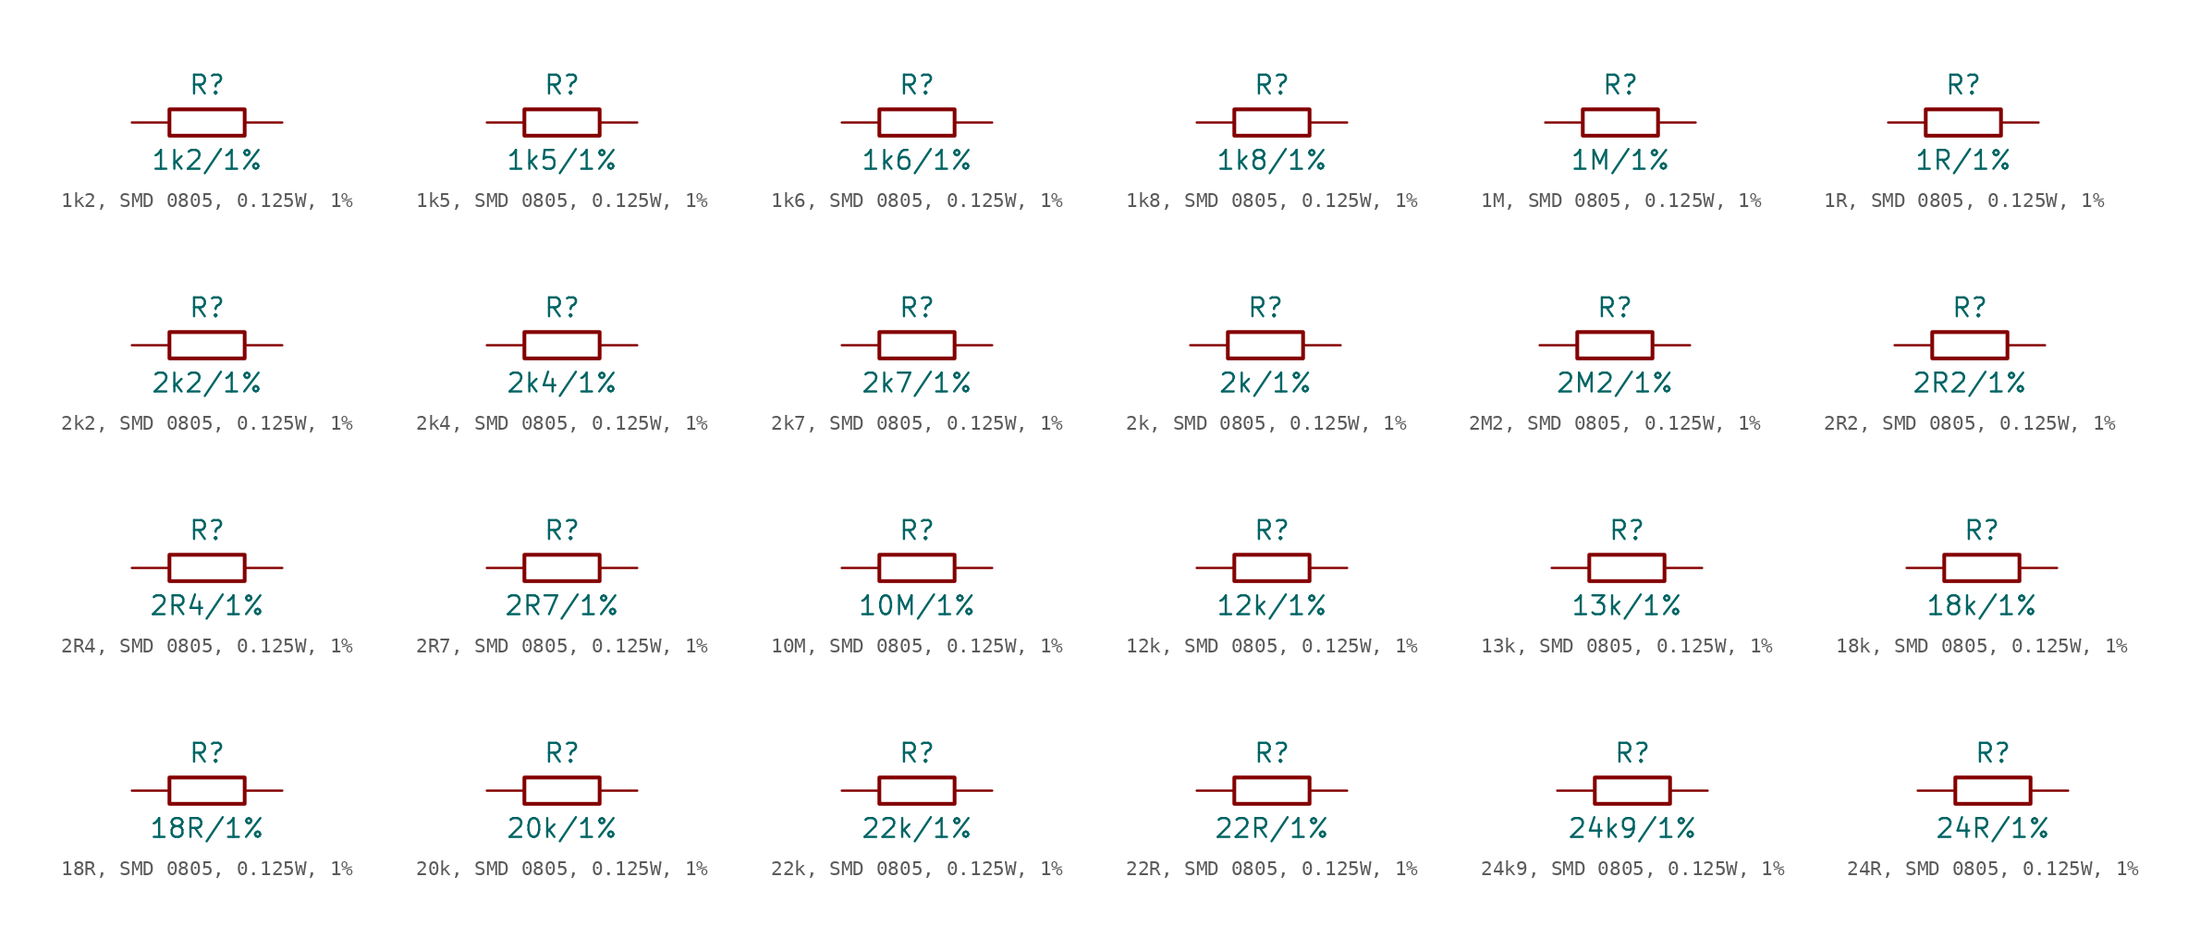
<source format=kicad_sym>
(kicad_symbol_lib
  (version 20241209)
  (generator "kicad_symbol_editor")
  (generator_version "9.0")
  (symbol "1k2, SMD 0805, 0.125W, 1%"
    (pin_numbers
      (hide yes))
    (pin_names
      (offset 0)
      (hide yes))
    (property "Reference" "R"
      (at 0 2.54 0)
      (effects (font (size 1.27 1.27))))
    (property "Value" "1k2/1%"
      (at 0 -2.54 0)
      (effects (font (size 1.27 1.27))))
    (symbol "1k2, SMD 0805, 0.125W, 1%_0_1"
      (rectangle (start -2.54 0.889) (end 2.54 -0.889) (stroke (width 0.254) (type default)) (fill (type none))))
    (symbol "1k2, SMD 0805, 0.125W, 1%_1_1"
      (pin passive line (at -5.08 0 0) (length 2.54) (name "1" (effects (font (size 1.27 1.27)))) (number "1" (effects (font (size 1.27 1.27)))))
      (pin passive line (at 5.08 0 180) (length 2.54) (name "2" (effects (font (size 1.27 1.27)))) (number "2" (effects (font (size 1.27 1.27)))))))
  (symbol "1k5, SMD 0805, 0.125W, 1%"
    (pin_numbers
      (hide yes))
    (pin_names
      (offset 0)
      (hide yes))
    (property "Reference" "R"
      (at 0 2.54 0)
      (effects (font (size 1.27 1.27))))
    (property "Value" "1k5/1%"
      (at 0 -2.54 0)
      (effects (font (size 1.27 1.27))))
    (symbol "1k5, SMD 0805, 0.125W, 1%_0_1"
      (rectangle (start -2.54 0.889) (end 2.54 -0.889) (stroke (width 0.254) (type default)) (fill (type none))))
    (symbol "1k5, SMD 0805, 0.125W, 1%_1_1"
      (pin passive line (at -5.08 0 0) (length 2.54) (name "1" (effects (font (size 1.27 1.27)))) (number "1" (effects (font (size 1.27 1.27)))))
      (pin passive line (at 5.08 0 180) (length 2.54) (name "2" (effects (font (size 1.27 1.27)))) (number "2" (effects (font (size 1.27 1.27)))))))
  (symbol "1k6, SMD 0805, 0.125W, 1%"
    (pin_numbers
      (hide yes))
    (pin_names
      (offset 0)
      (hide yes))
    (property "Reference" "R"
      (at 0 2.54 0)
      (effects (font (size 1.27 1.27))))
    (property "Value" "1k6/1%"
      (at 0 -2.54 0)
      (effects (font (size 1.27 1.27))))
    (symbol "1k6, SMD 0805, 0.125W, 1%_0_1"
      (rectangle (start -2.54 0.889) (end 2.54 -0.889) (stroke (width 0.254) (type default)) (fill (type none))))
    (symbol "1k6, SMD 0805, 0.125W, 1%_1_1"
      (pin passive line (at -5.08 0 0) (length 2.54) (name "1" (effects (font (size 1.27 1.27)))) (number "1" (effects (font (size 1.27 1.27)))))
      (pin passive line (at 5.08 0 180) (length 2.54) (name "2" (effects (font (size 1.27 1.27)))) (number "2" (effects (font (size 1.27 1.27)))))))
  (symbol "1k8, SMD 0805, 0.125W, 1%"
    (pin_numbers
      (hide yes))
    (pin_names
      (offset 0)
      (hide yes))
    (property "Reference" "R"
      (at 0 2.54 0)
      (effects (font (size 1.27 1.27))))
    (property "Value" "1k8/1%"
      (at 0 -2.54 0)
      (effects (font (size 1.27 1.27))))
    (symbol "1k8, SMD 0805, 0.125W, 1%_0_1"
      (rectangle (start -2.54 0.889) (end 2.54 -0.889) (stroke (width 0.254) (type default)) (fill (type none))))
    (symbol "1k8, SMD 0805, 0.125W, 1%_1_1"
      (pin passive line (at -5.08 0 0) (length 2.54) (name "1" (effects (font (size 1.27 1.27)))) (number "1" (effects (font (size 1.27 1.27)))))
      (pin passive line (at 5.08 0 180) (length 2.54) (name "2" (effects (font (size 1.27 1.27)))) (number "2" (effects (font (size 1.27 1.27)))))))
  (symbol "1M, SMD 0805, 0.125W, 1%"
    (pin_numbers
      (hide yes))
    (pin_names
      (offset 0)
      (hide yes))
    (property "Reference" "R"
      (at 0 2.54 0)
      (effects (font (size 1.27 1.27))))
    (property "Value" "1M/1%"
      (at 0 -2.54 0)
      (effects (font (size 1.27 1.27))))
    (symbol "1M, SMD 0805, 0.125W, 1%_0_1"
      (rectangle (start -2.54 0.889) (end 2.54 -0.889) (stroke (width 0.254) (type default)) (fill (type none))))
    (symbol "1M, SMD 0805, 0.125W, 1%_1_1"
      (pin passive line (at -5.08 0 0) (length 2.54) (name "1" (effects (font (size 1.27 1.27)))) (number "1" (effects (font (size 1.27 1.27)))))
      (pin passive line (at 5.08 0 180) (length 2.54) (name "2" (effects (font (size 1.27 1.27)))) (number "2" (effects (font (size 1.27 1.27)))))))
  (symbol "1R, SMD 0805, 0.125W, 1%"
    (pin_numbers
      (hide yes))
    (pin_names
      (offset 0)
      (hide yes))
    (property "Reference" "R"
      (at 0 2.54 0)
      (effects (font (size 1.27 1.27))))
    (property "Value" "1R/1%"
      (at 0 -2.54 0)
      (effects (font (size 1.27 1.27))))
    (symbol "1R, SMD 0805, 0.125W, 1%_0_1"
      (rectangle (start -2.54 0.889) (end 2.54 -0.889) (stroke (width 0.254) (type default)) (fill (type none))))
    (symbol "1R, SMD 0805, 0.125W, 1%_1_1"
      (pin passive line (at -5.08 0 0) (length 2.54) (name "1" (effects (font (size 1.27 1.27)))) (number "1" (effects (font (size 1.27 1.27)))))
      (pin passive line (at 5.08 0 180) (length 2.54) (name "2" (effects (font (size 1.27 1.27)))) (number "2" (effects (font (size 1.27 1.27)))))))
  (symbol "2k2, SMD 0805, 0.125W, 1%"
    (pin_numbers
      (hide yes))
    (pin_names
      (offset 0)
      (hide yes))
    (property "Reference" "R"
      (at 0 2.54 0)
      (effects (font (size 1.27 1.27))))
    (property "Value" "2k2/1%"
      (at 0 -2.54 0)
      (effects (font (size 1.27 1.27))))
    (symbol "2k2, SMD 0805, 0.125W, 1%_0_1"
      (rectangle (start -2.54 0.889) (end 2.54 -0.889) (stroke (width 0.254) (type default)) (fill (type none))))
    (symbol "2k2, SMD 0805, 0.125W, 1%_1_1"
      (pin passive line (at -5.08 0 0) (length 2.54) (name "1" (effects (font (size 1.27 1.27)))) (number "1" (effects (font (size 1.27 1.27)))))
      (pin passive line (at 5.08 0 180) (length 2.54) (name "2" (effects (font (size 1.27 1.27)))) (number "2" (effects (font (size 1.27 1.27)))))))
  (symbol "2k4, SMD 0805, 0.125W, 1%"
    (pin_numbers
      (hide yes))
    (pin_names
      (offset 0)
      (hide yes))
    (property "Reference" "R"
      (at 0 2.54 0)
      (effects (font (size 1.27 1.27))))
    (property "Value" "2k4/1%"
      (at 0 -2.54 0)
      (effects (font (size 1.27 1.27))))
    (symbol "2k4, SMD 0805, 0.125W, 1%_0_1"
      (rectangle (start -2.54 0.889) (end 2.54 -0.889) (stroke (width 0.254) (type default)) (fill (type none))))
    (symbol "2k4, SMD 0805, 0.125W, 1%_1_1"
      (pin passive line (at -5.08 0 0) (length 2.54) (name "1" (effects (font (size 1.27 1.27)))) (number "1" (effects (font (size 1.27 1.27)))))
      (pin passive line (at 5.08 0 180) (length 2.54) (name "2" (effects (font (size 1.27 1.27)))) (number "2" (effects (font (size 1.27 1.27)))))))
  (symbol "2k7, SMD 0805, 0.125W, 1%"
    (pin_numbers
      (hide yes))
    (pin_names
      (offset 0)
      (hide yes))
    (property "Reference" "R"
      (at 0 2.54 0)
      (effects (font (size 1.27 1.27))))
    (property "Value" "2k7/1%"
      (at 0 -2.54 0)
      (effects (font (size 1.27 1.27))))
    (symbol "2k7, SMD 0805, 0.125W, 1%_0_1"
      (rectangle (start -2.54 0.889) (end 2.54 -0.889) (stroke (width 0.254) (type default)) (fill (type none))))
    (symbol "2k7, SMD 0805, 0.125W, 1%_1_1"
      (pin passive line (at -5.08 0 0) (length 2.54) (name "1" (effects (font (size 1.27 1.27)))) (number "1" (effects (font (size 1.27 1.27)))))
      (pin passive line (at 5.08 0 180) (length 2.54) (name "2" (effects (font (size 1.27 1.27)))) (number "2" (effects (font (size 1.27 1.27)))))))
  (symbol "2k, SMD 0805, 0.125W, 1%"
    (pin_numbers
      (hide yes))
    (pin_names
      (offset 0)
      (hide yes))
    (property "Reference" "R"
      (at 0 2.54 0)
      (effects (font (size 1.27 1.27))))
    (property "Value" "2k/1%"
      (at 0 -2.54 0)
      (effects (font (size 1.27 1.27))))
    (symbol "2k, SMD 0805, 0.125W, 1%_0_1"
      (rectangle (start -2.54 0.889) (end 2.54 -0.889) (stroke (width 0.254) (type default)) (fill (type none))))
    (symbol "2k, SMD 0805, 0.125W, 1%_1_1"
      (pin passive line (at -5.08 0 0) (length 2.54) (name "1" (effects (font (size 1.27 1.27)))) (number "1" (effects (font (size 1.27 1.27)))))
      (pin passive line (at 5.08 0 180) (length 2.54) (name "2" (effects (font (size 1.27 1.27)))) (number "2" (effects (font (size 1.27 1.27)))))))
  (symbol "2M2, SMD 0805, 0.125W, 1%"
    (pin_numbers
      (hide yes))
    (pin_names
      (offset 0)
      (hide yes))
    (property "Reference" "R"
      (at 0 2.54 0)
      (effects (font (size 1.27 1.27))))
    (property "Value" "2M2/1%"
      (at 0 -2.54 0)
      (effects (font (size 1.27 1.27))))
    (symbol "2M2, SMD 0805, 0.125W, 1%_0_1"
      (rectangle (start -2.54 0.889) (end 2.54 -0.889) (stroke (width 0.254) (type default)) (fill (type none))))
    (symbol "2M2, SMD 0805, 0.125W, 1%_1_1"
      (pin passive line (at -5.08 0 0) (length 2.54) (name "1" (effects (font (size 1.27 1.27)))) (number "1" (effects (font (size 1.27 1.27)))))
      (pin passive line (at 5.08 0 180) (length 2.54) (name "2" (effects (font (size 1.27 1.27)))) (number "2" (effects (font (size 1.27 1.27)))))))
  (symbol "2R2, SMD 0805, 0.125W, 1%"
    (pin_numbers
      (hide yes))
    (pin_names
      (offset 0)
      (hide yes))
    (property "Reference" "R"
      (at 0 2.54 0)
      (effects (font (size 1.27 1.27))))
    (property "Value" "2R2/1%"
      (at 0 -2.54 0)
      (effects (font (size 1.27 1.27))))
    (symbol "2R2, SMD 0805, 0.125W, 1%_0_1"
      (rectangle (start -2.54 0.889) (end 2.54 -0.889) (stroke (width 0.254) (type default)) (fill (type none))))
    (symbol "2R2, SMD 0805, 0.125W, 1%_1_1"
      (pin passive line (at -5.08 0 0) (length 2.54) (name "1" (effects (font (size 1.27 1.27)))) (number "1" (effects (font (size 1.27 1.27)))))
      (pin passive line (at 5.08 0 180) (length 2.54) (name "2" (effects (font (size 1.27 1.27)))) (number "2" (effects (font (size 1.27 1.27)))))))
  (symbol "2R4, SMD 0805, 0.125W, 1%"
    (pin_numbers
      (hide yes))
    (pin_names
      (offset 0)
      (hide yes))
    (property "Reference" "R"
      (at 0 2.54 0)
      (effects (font (size 1.27 1.27))))
    (property "Value" "2R4/1%"
      (at 0 -2.54 0)
      (effects (font (size 1.27 1.27))))
    (symbol "2R4, SMD 0805, 0.125W, 1%_0_1"
      (rectangle (start -2.54 0.889) (end 2.54 -0.889) (stroke (width 0.254) (type default)) (fill (type none))))
    (symbol "2R4, SMD 0805, 0.125W, 1%_1_1"
      (pin passive line (at -5.08 0 0) (length 2.54) (name "1" (effects (font (size 1.27 1.27)))) (number "1" (effects (font (size 1.27 1.27)))))
      (pin passive line (at 5.08 0 180) (length 2.54) (name "2" (effects (font (size 1.27 1.27)))) (number "2" (effects (font (size 1.27 1.27)))))))
  (symbol "2R7, SMD 0805, 0.125W, 1%"
    (pin_numbers
      (hide yes))
    (pin_names
      (offset 0)
      (hide yes))
    (property "Reference" "R"
      (at 0 2.54 0)
      (effects (font (size 1.27 1.27))))
    (property "Value" "2R7/1%"
      (at 0 -2.54 0)
      (effects (font (size 1.27 1.27))))
    (symbol "2R7, SMD 0805, 0.125W, 1%_0_1"
      (rectangle (start -2.54 0.889) (end 2.54 -0.889) (stroke (width 0.254) (type default)) (fill (type none))))
    (symbol "2R7, SMD 0805, 0.125W, 1%_1_1"
      (pin passive line (at -5.08 0 0) (length 2.54) (name "1" (effects (font (size 1.27 1.27)))) (number "1" (effects (font (size 1.27 1.27)))))
      (pin passive line (at 5.08 0 180) (length 2.54) (name "2" (effects (font (size 1.27 1.27)))) (number "2" (effects (font (size 1.27 1.27)))))))
  (symbol "10M, SMD 0805, 0.125W, 1%"
    (pin_numbers
      (hide yes))
    (pin_names
      (offset 0)
      (hide yes))
    (property "Reference" "R"
      (at 0 2.54 0)
      (effects (font (size 1.27 1.27))))
    (property "Value" "10M/1%"
      (at 0 -2.54 0)
      (effects (font (size 1.27 1.27))))
    (symbol "10M, SMD 0805, 0.125W, 1%_0_1"
      (rectangle (start -2.54 0.889) (end 2.54 -0.889) (stroke (width 0.254) (type default)) (fill (type none))))
    (symbol "10M, SMD 0805, 0.125W, 1%_1_1"
      (pin passive line (at -5.08 0 0) (length 2.54) (name "1" (effects (font (size 1.27 1.27)))) (number "1" (effects (font (size 1.27 1.27)))))
      (pin passive line (at 5.08 0 180) (length 2.54) (name "2" (effects (font (size 1.27 1.27)))) (number "2" (effects (font (size 1.27 1.27)))))))
  (symbol "12k, SMD 0805, 0.125W, 1%"
    (pin_numbers
      (hide yes))
    (pin_names
      (offset 0)
      (hide yes))
    (property "Reference" "R"
      (at 0 2.54 0)
      (effects (font (size 1.27 1.27))))
    (property "Value" "12k/1%"
      (at 0 -2.54 0)
      (effects (font (size 1.27 1.27))))
    (symbol "12k, SMD 0805, 0.125W, 1%_0_1"
      (rectangle (start -2.54 0.889) (end 2.54 -0.889) (stroke (width 0.254) (type default)) (fill (type none))))
    (symbol "12k, SMD 0805, 0.125W, 1%_1_1"
      (pin passive line (at -5.08 0 0) (length 2.54) (name "1" (effects (font (size 1.27 1.27)))) (number "1" (effects (font (size 1.27 1.27)))))
      (pin passive line (at 5.08 0 180) (length 2.54) (name "2" (effects (font (size 1.27 1.27)))) (number "2" (effects (font (size 1.27 1.27)))))))
  (symbol "13k, SMD 0805, 0.125W, 1%"
    (pin_numbers
      (hide yes))
    (pin_names
      (offset 0)
      (hide yes))
    (property "Reference" "R"
      (at 0 2.54 0)
      (effects (font (size 1.27 1.27))))
    (property "Value" "13k/1%"
      (at 0 -2.54 0)
      (effects (font (size 1.27 1.27))))
    (symbol "13k, SMD 0805, 0.125W, 1%_0_1"
      (rectangle (start -2.54 0.889) (end 2.54 -0.889) (stroke (width 0.254) (type default)) (fill (type none))))
    (symbol "13k, SMD 0805, 0.125W, 1%_1_1"
      (pin passive line (at -5.08 0 0) (length 2.54) (name "1" (effects (font (size 1.27 1.27)))) (number "1" (effects (font (size 1.27 1.27)))))
      (pin passive line (at 5.08 0 180) (length 2.54) (name "2" (effects (font (size 1.27 1.27)))) (number "2" (effects (font (size 1.27 1.27)))))))
  (symbol "18k, SMD 0805, 0.125W, 1%"
    (pin_numbers
      (hide yes))
    (pin_names
      (offset 0)
      (hide yes))
    (property "Reference" "R"
      (at 0 2.54 0)
      (effects (font (size 1.27 1.27))))
    (property "Value" "18k/1%"
      (at 0 -2.54 0)
      (effects (font (size 1.27 1.27))))
    (symbol "18k, SMD 0805, 0.125W, 1%_0_1"
      (rectangle (start -2.54 0.889) (end 2.54 -0.889) (stroke (width 0.254) (type default)) (fill (type none))))
    (symbol "18k, SMD 0805, 0.125W, 1%_1_1"
      (pin passive line (at -5.08 0 0) (length 2.54) (name "1" (effects (font (size 1.27 1.27)))) (number "1" (effects (font (size 1.27 1.27)))))
      (pin passive line (at 5.08 0 180) (length 2.54) (name "2" (effects (font (size 1.27 1.27)))) (number "2" (effects (font (size 1.27 1.27)))))))
  (symbol "18R, SMD 0805, 0.125W, 1%"
    (pin_numbers
      (hide yes))
    (pin_names
      (offset 0)
      (hide yes))
    (property "Reference" "R"
      (at 0 2.54 0)
      (effects (font (size 1.27 1.27))))
    (property "Value" "18R/1%"
      (at 0 -2.54 0)
      (effects (font (size 1.27 1.27))))
    (symbol "18R, SMD 0805, 0.125W, 1%_0_1"
      (rectangle (start -2.54 0.889) (end 2.54 -0.889) (stroke (width 0.254) (type default)) (fill (type none))))
    (symbol "18R, SMD 0805, 0.125W, 1%_1_1"
      (pin passive line (at -5.08 0 0) (length 2.54) (name "1" (effects (font (size 1.27 1.27)))) (number "1" (effects (font (size 1.27 1.27)))))
      (pin passive line (at 5.08 0 180) (length 2.54) (name "2" (effects (font (size 1.27 1.27)))) (number "2" (effects (font (size 1.27 1.27)))))))
  (symbol "20k, SMD 0805, 0.125W, 1%"
    (pin_numbers
      (hide yes))
    (pin_names
      (offset 0)
      (hide yes))
    (property "Reference" "R"
      (at 0 2.54 0)
      (effects (font (size 1.27 1.27))))
    (property "Value" "20k/1%"
      (at 0 -2.54 0)
      (effects (font (size 1.27 1.27))))
    (symbol "20k, SMD 0805, 0.125W, 1%_0_1"
      (rectangle (start -2.54 0.889) (end 2.54 -0.889) (stroke (width 0.254) (type default)) (fill (type none))))
    (symbol "20k, SMD 0805, 0.125W, 1%_1_1"
      (pin passive line (at -5.08 0 0) (length 2.54) (name "1" (effects (font (size 1.27 1.27)))) (number "1" (effects (font (size 1.27 1.27)))))
      (pin passive line (at 5.08 0 180) (length 2.54) (name "2" (effects (font (size 1.27 1.27)))) (number "2" (effects (font (size 1.27 1.27)))))))
  (symbol "22k, SMD 0805, 0.125W, 1%"
    (pin_numbers
      (hide yes))
    (pin_names
      (offset 0)
      (hide yes))
    (property "Reference" "R"
      (at 0 2.54 0)
      (effects (font (size 1.27 1.27))))
    (property "Value" "22k/1%"
      (at 0 -2.54 0)
      (effects (font (size 1.27 1.27))))
    (symbol "22k, SMD 0805, 0.125W, 1%_0_1"
      (rectangle (start -2.54 0.889) (end 2.54 -0.889) (stroke (width 0.254) (type default)) (fill (type none))))
    (symbol "22k, SMD 0805, 0.125W, 1%_1_1"
      (pin passive line (at -5.08 0 0) (length 2.54) (name "1" (effects (font (size 1.27 1.27)))) (number "1" (effects (font (size 1.27 1.27)))))
      (pin passive line (at 5.08 0 180) (length 2.54) (name "2" (effects (font (size 1.27 1.27)))) (number "2" (effects (font (size 1.27 1.27)))))))
  (symbol "22R, SMD 0805, 0.125W, 1%"
    (pin_numbers
      (hide yes))
    (pin_names
      (offset 0)
      (hide yes))
    (property "Reference" "R"
      (at 0 2.54 0)
      (effects (font (size 1.27 1.27))))
    (property "Value" "22R/1%"
      (at 0 -2.54 0)
      (effects (font (size 1.27 1.27))))
    (symbol "22R, SMD 0805, 0.125W, 1%_0_1"
      (rectangle (start -2.54 0.889) (end 2.54 -0.889) (stroke (width 0.254) (type default)) (fill (type none))))
    (symbol "22R, SMD 0805, 0.125W, 1%_1_1"
      (pin passive line (at -5.08 0 0) (length 2.54) (name "1" (effects (font (size 1.27 1.27)))) (number "1" (effects (font (size 1.27 1.27)))))
      (pin passive line (at 5.08 0 180) (length 2.54) (name "2" (effects (font (size 1.27 1.27)))) (number "2" (effects (font (size 1.27 1.27)))))))
  (symbol "24k9, SMD 0805, 0.125W, 1%"
    (pin_numbers
      (hide yes))
    (pin_names
      (offset 0)
      (hide yes))
    (property "Reference" "R"
      (at 0 2.54 0)
      (effects (font (size 1.27 1.27))))
    (property "Value" "24k9/1%"
      (at 0 -2.54 0)
      (effects (font (size 1.27 1.27))))
    (symbol "24k9, SMD 0805, 0.125W, 1%_0_1"
      (rectangle (start -2.54 0.889) (end 2.54 -0.889) (stroke (width 0.254) (type default)) (fill (type none))))
    (symbol "24k9, SMD 0805, 0.125W, 1%_1_1"
      (pin passive line (at -5.08 0 0) (length 2.54) (name "1" (effects (font (size 1.27 1.27)))) (number "1" (effects (font (size 1.27 1.27)))))
      (pin passive line (at 5.08 0 180) (length 2.54) (name "2" (effects (font (size 1.27 1.27)))) (number "2" (effects (font (size 1.27 1.27)))))))
  (symbol "24R, SMD 0805, 0.125W, 1%"
    (pin_numbers
      (hide yes))
    (pin_names
      (offset 0)
      (hide yes))
    (property "Reference" "R"
      (at 0 2.54 0)
      (effects (font (size 1.27 1.27))))
    (property "Value" "24R/1%"
      (at 0 -2.54 0)
      (effects (font (size 1.27 1.27))))
    (symbol "24R, SMD 0805, 0.125W, 1%_0_1"
      (rectangle (start -2.54 0.889) (end 2.54 -0.889) (stroke (width 0.254) (type default)) (fill (type none))))
    (symbol "24R, SMD 0805, 0.125W, 1%_1_1"
      (pin passive line (at -5.08 0 0) (length 2.54) (name "1" (effects (font (size 1.27 1.27)))) (number "1" (effects (font (size 1.27 1.27)))))
      (pin passive line (at 5.08 0 180) (length 2.54) (name "2" (effects (font (size 1.27 1.27)))) (number "2" (effects (font (size 1.27 1.27))))))))
</source>
